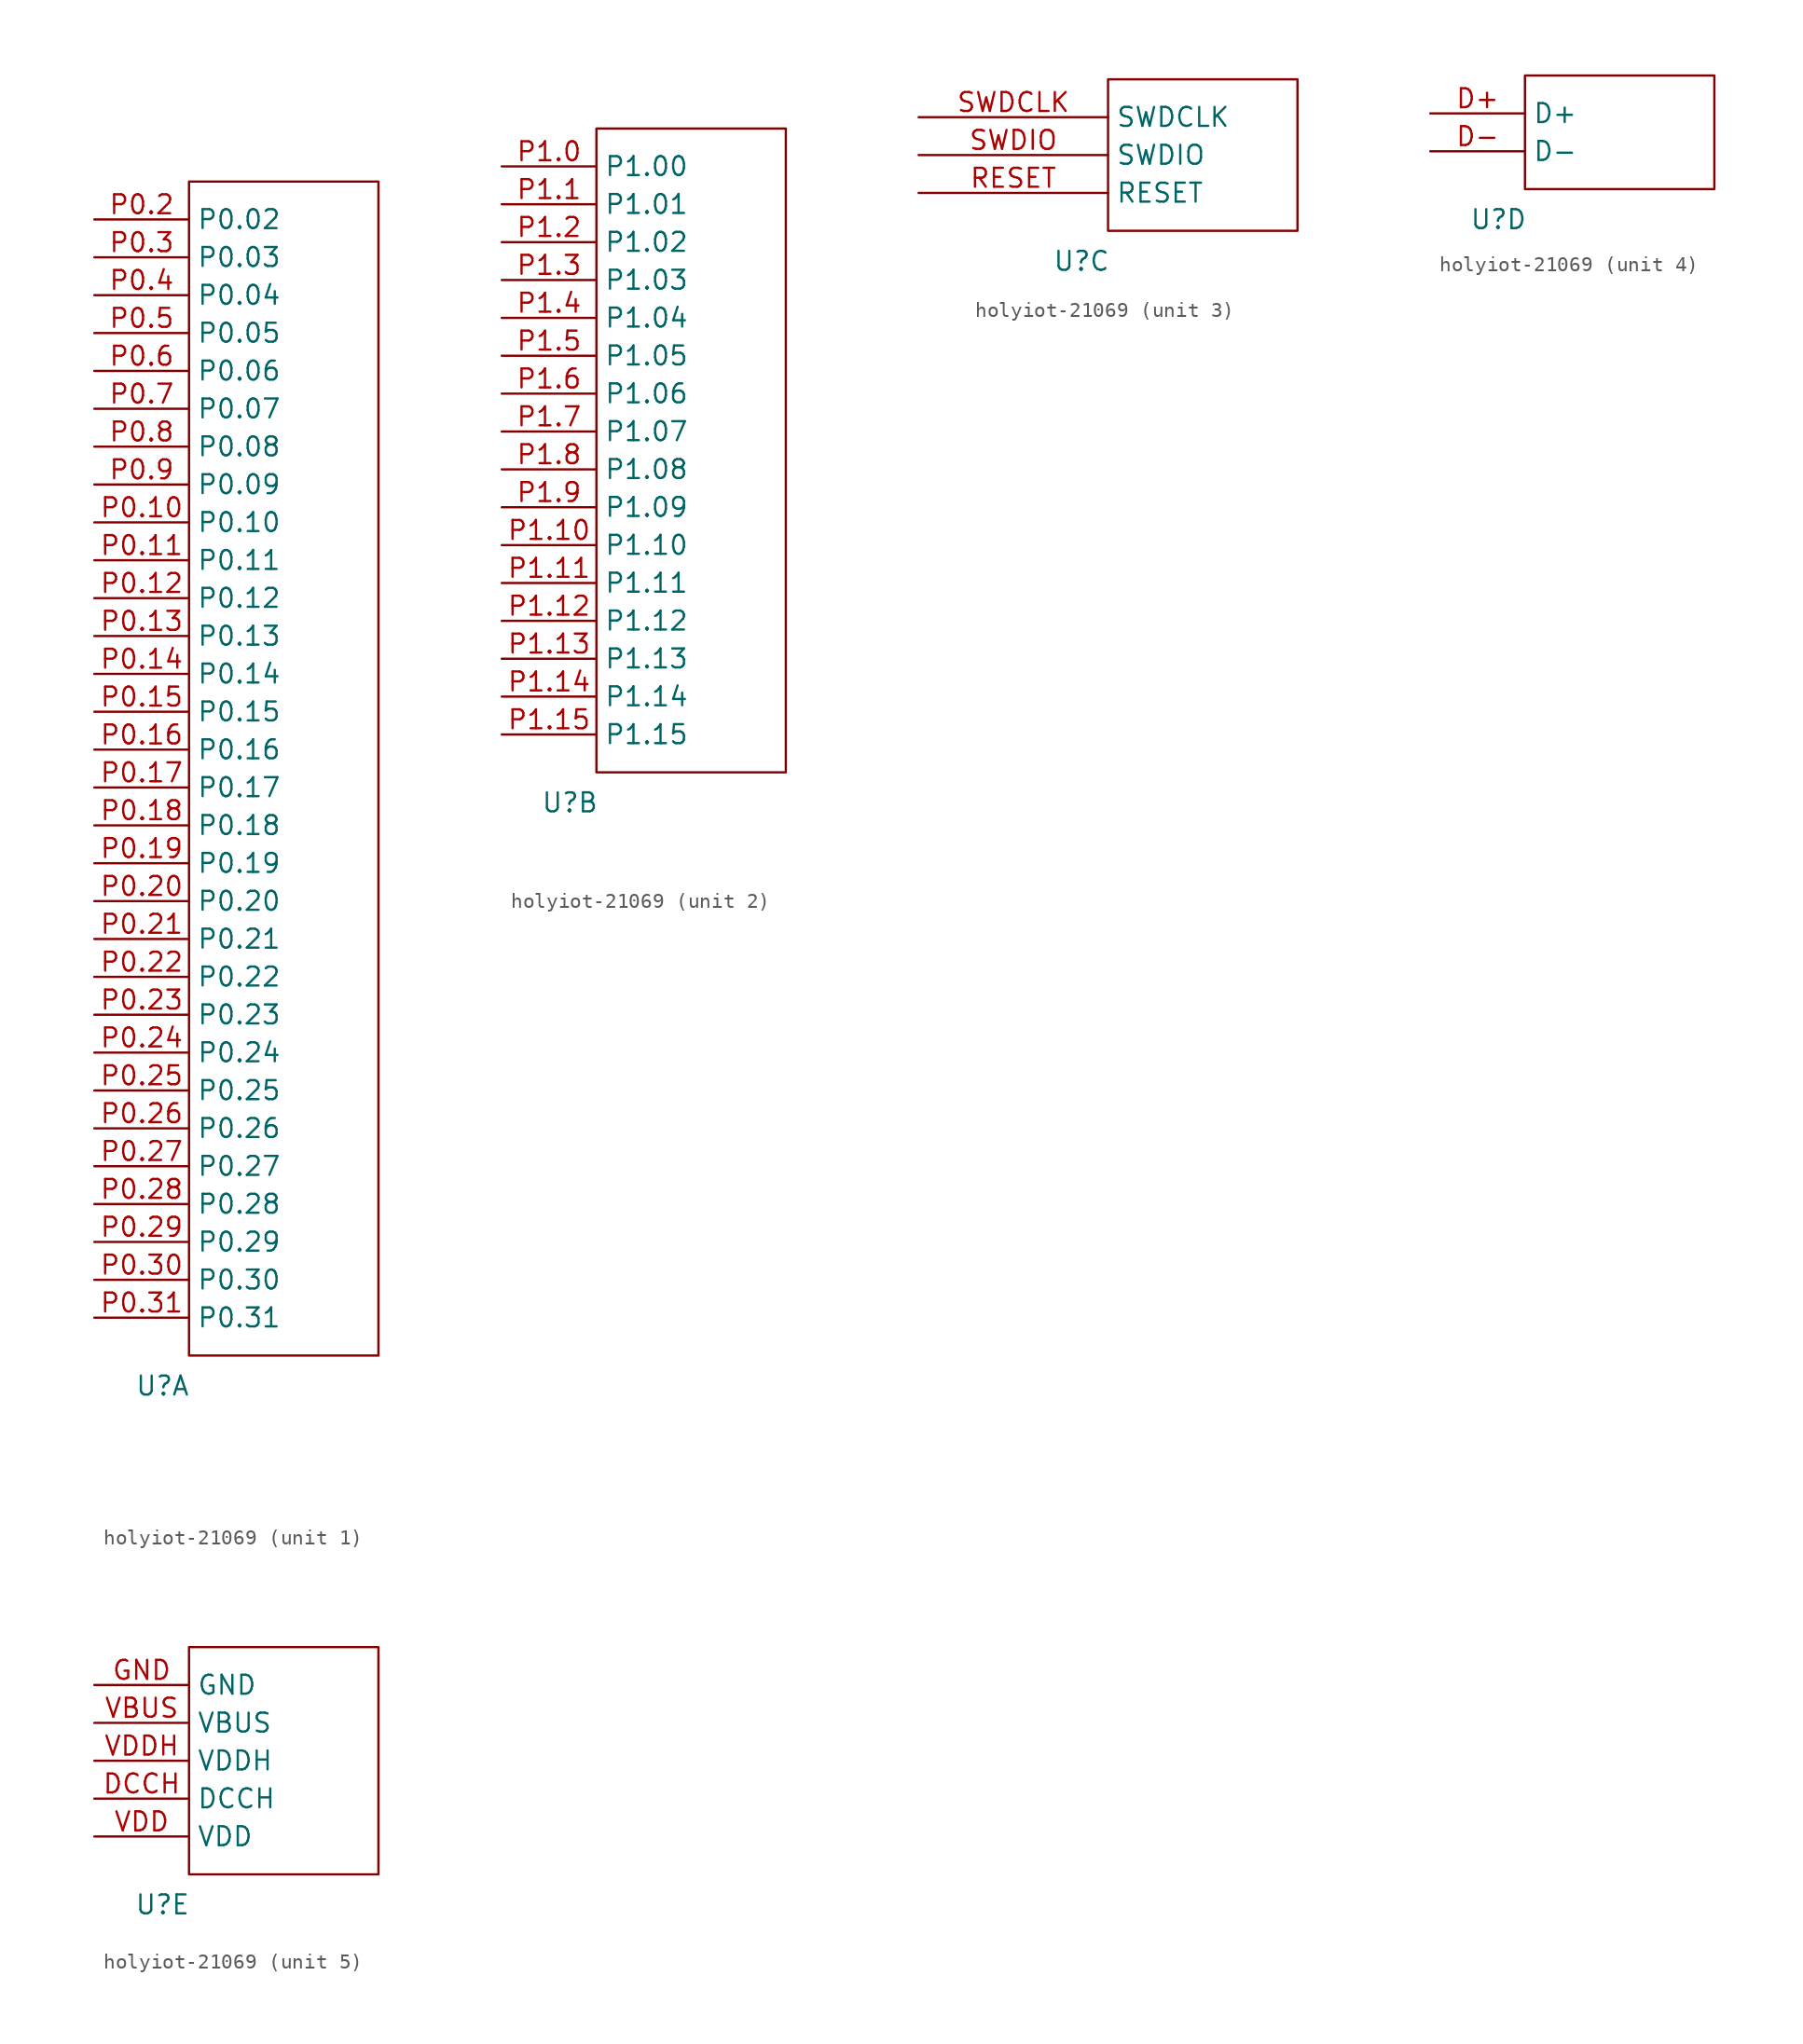
<source format=kicad_sym>
(kicad_symbol_lib
  (version 20241209)
  (generator "kicad_symbol_editor")
  (generator_version "9.0")
  (symbol "holyiot-21069"
    (property "Reference" "U"
      (at -1.778 -2.032 0)
      (effects (font (size 1.27 1.27))))
    (property "Value" ""
      (at 0 0 0)
      (effects (font (size 1.27 1.27))))
    (property "ki_locked" ""
      (at 0 0 0)
      (effects (font (size 1.27 1.27))))
    (symbol "holyiot-21069_1_1"
      (rectangle (start 0 78.74) (end 12.7 0) (stroke (width 0) (type default)) (fill (type none)))
      (pin bidirectional line (at -6.35 76.2 0) (length 6.35) (name "P0.02" (effects (font (size 1.27 1.27)))) (number "P0.2" (effects (font (size 1.27 1.27)))))
      (pin bidirectional line (at -6.35 73.66 0) (length 6.35) (name "P0.03" (effects (font (size 1.27 1.27)))) (number "P0.3" (effects (font (size 1.27 1.27)))))
      (pin bidirectional line (at -6.35 71.12 0) (length 6.35) (name "P0.04" (effects (font (size 1.27 1.27)))) (number "P0.4" (effects (font (size 1.27 1.27)))))
      (pin bidirectional line (at -6.35 68.58 0) (length 6.35) (name "P0.05" (effects (font (size 1.27 1.27)))) (number "P0.5" (effects (font (size 1.27 1.27)))))
      (pin bidirectional line (at -6.35 66.04 0) (length 6.35) (name "P0.06" (effects (font (size 1.27 1.27)))) (number "P0.6" (effects (font (size 1.27 1.27)))))
      (pin bidirectional line (at -6.35 63.5 0) (length 6.35) (name "P0.07" (effects (font (size 1.27 1.27)))) (number "P0.7" (effects (font (size 1.27 1.27)))))
      (pin bidirectional line (at -6.35 60.96 0) (length 6.35) (name "P0.08" (effects (font (size 1.27 1.27)))) (number "P0.8" (effects (font (size 1.27 1.27)))))
      (pin bidirectional line (at -6.35 58.42 0) (length 6.35) (name "P0.09" (effects (font (size 1.27 1.27)))) (number "P0.9" (effects (font (size 1.27 1.27)))))
      (pin bidirectional line (at -6.35 55.88 0) (length 6.35) (name "P0.10" (effects (font (size 1.27 1.27)))) (number "P0.10" (effects (font (size 1.27 1.27)))))
      (pin bidirectional line (at -6.35 53.34 0) (length 6.35) (name "P0.11" (effects (font (size 1.27 1.27)))) (number "P0.11" (effects (font (size 1.27 1.27)))))
      (pin bidirectional line (at -6.35 50.8 0) (length 6.35) (name "P0.12" (effects (font (size 1.27 1.27)))) (number "P0.12" (effects (font (size 1.27 1.27)))))
      (pin bidirectional line (at -6.35 48.26 0) (length 6.35) (name "P0.13" (effects (font (size 1.27 1.27)))) (number "P0.13" (effects (font (size 1.27 1.27)))))
      (pin bidirectional line (at -6.35 45.72 0) (length 6.35) (name "P0.14" (effects (font (size 1.27 1.27)))) (number "P0.14" (effects (font (size 1.27 1.27)))))
      (pin bidirectional line (at -6.35 43.18 0) (length 6.35) (name "P0.15" (effects (font (size 1.27 1.27)))) (number "P0.15" (effects (font (size 1.27 1.27)))))
      (pin bidirectional line (at -6.35 40.64 0) (length 6.35) (name "P0.16" (effects (font (size 1.27 1.27)))) (number "P0.16" (effects (font (size 1.27 1.27)))))
      (pin bidirectional line (at -6.35 38.1 0) (length 6.35) (name "P0.17" (effects (font (size 1.27 1.27)))) (number "P0.17" (effects (font (size 1.27 1.27)))))
      (pin bidirectional line (at -6.35 35.56 0) (length 6.35) (name "P0.18" (effects (font (size 1.27 1.27)))) (number "P0.18" (effects (font (size 1.27 1.27)))))
      (pin bidirectional line (at -6.35 33.02 0) (length 6.35) (name "P0.19" (effects (font (size 1.27 1.27)))) (number "P0.19" (effects (font (size 1.27 1.27)))))
      (pin bidirectional line (at -6.35 30.48 0) (length 6.35) (name "P0.20" (effects (font (size 1.27 1.27)))) (number "P0.20" (effects (font (size 1.27 1.27)))))
      (pin bidirectional line (at -6.35 27.94 0) (length 6.35) (name "P0.21" (effects (font (size 1.27 1.27)))) (number "P0.21" (effects (font (size 1.27 1.27)))))
      (pin bidirectional line (at -6.35 25.4 0) (length 6.35) (name "P0.22" (effects (font (size 1.27 1.27)))) (number "P0.22" (effects (font (size 1.27 1.27)))))
      (pin bidirectional line (at -6.35 22.86 0) (length 6.35) (name "P0.23" (effects (font (size 1.27 1.27)))) (number "P0.23" (effects (font (size 1.27 1.27)))))
      (pin bidirectional line (at -6.35 20.32 0) (length 6.35) (name "P0.24" (effects (font (size 1.27 1.27)))) (number "P0.24" (effects (font (size 1.27 1.27)))))
      (pin bidirectional line (at -6.35 17.78 0) (length 6.35) (name "P0.25" (effects (font (size 1.27 1.27)))) (number "P0.25" (effects (font (size 1.27 1.27)))))
      (pin bidirectional line (at -6.35 15.24 0) (length 6.35) (name "P0.26" (effects (font (size 1.27 1.27)))) (number "P0.26" (effects (font (size 1.27 1.27)))))
      (pin bidirectional line (at -6.35 12.7 0) (length 6.35) (name "P0.27" (effects (font (size 1.27 1.27)))) (number "P0.27" (effects (font (size 1.27 1.27)))))
      (pin bidirectional line (at -6.35 10.16 0) (length 6.35) (name "P0.28" (effects (font (size 1.27 1.27)))) (number "P0.28" (effects (font (size 1.27 1.27)))))
      (pin bidirectional line (at -6.35 7.62 0) (length 6.35) (name "P0.29" (effects (font (size 1.27 1.27)))) (number "P0.29" (effects (font (size 1.27 1.27)))))
      (pin bidirectional line (at -6.35 5.08 0) (length 6.35) (name "P0.30" (effects (font (size 1.27 1.27)))) (number "P0.30" (effects (font (size 1.27 1.27)))))
      (pin bidirectional line (at -6.35 2.54 0) (length 6.35) (name "P0.31" (effects (font (size 1.27 1.27)))) (number "P0.31" (effects (font (size 1.27 1.27))))))
    (symbol "holyiot-21069_2_1"
      (rectangle (start 0 43.18) (end 12.7 0) (stroke (width 0) (type default)) (fill (type none)))
      (pin bidirectional line (at -6.35 40.64 0) (length 6.35) (name "P1.00" (effects (font (size 1.27 1.27)))) (number "P1.0" (effects (font (size 1.27 1.27)))))
      (pin bidirectional line (at -6.35 38.1 0) (length 6.35) (name "P1.01" (effects (font (size 1.27 1.27)))) (number "P1.1" (effects (font (size 1.27 1.27)))))
      (pin bidirectional line (at -6.35 35.56 0) (length 6.35) (name "P1.02" (effects (font (size 1.27 1.27)))) (number "P1.2" (effects (font (size 1.27 1.27)))))
      (pin bidirectional line (at -6.35 33.02 0) (length 6.35) (name "P1.03" (effects (font (size 1.27 1.27)))) (number "P1.3" (effects (font (size 1.27 1.27)))))
      (pin bidirectional line (at -6.35 30.48 0) (length 6.35) (name "P1.04" (effects (font (size 1.27 1.27)))) (number "P1.4" (effects (font (size 1.27 1.27)))))
      (pin bidirectional line (at -6.35 27.94 0) (length 6.35) (name "P1.05" (effects (font (size 1.27 1.27)))) (number "P1.5" (effects (font (size 1.27 1.27)))))
      (pin bidirectional line (at -6.35 25.4 0) (length 6.35) (name "P1.06" (effects (font (size 1.27 1.27)))) (number "P1.6" (effects (font (size 1.27 1.27)))))
      (pin bidirectional line (at -6.35 22.86 0) (length 6.35) (name "P1.07" (effects (font (size 1.27 1.27)))) (number "P1.7" (effects (font (size 1.27 1.27)))))
      (pin bidirectional line (at -6.35 20.32 0) (length 6.35) (name "P1.08" (effects (font (size 1.27 1.27)))) (number "P1.8" (effects (font (size 1.27 1.27)))))
      (pin bidirectional line (at -6.35 17.78 0) (length 6.35) (name "P1.09" (effects (font (size 1.27 1.27)))) (number "P1.9" (effects (font (size 1.27 1.27)))))
      (pin bidirectional line (at -6.35 15.24 0) (length 6.35) (name "P1.10" (effects (font (size 1.27 1.27)))) (number "P1.10" (effects (font (size 1.27 1.27)))))
      (pin bidirectional line (at -6.35 12.7 0) (length 6.35) (name "P1.11" (effects (font (size 1.27 1.27)))) (number "P1.11" (effects (font (size 1.27 1.27)))))
      (pin bidirectional line (at -6.35 10.16 0) (length 6.35) (name "P1.12" (effects (font (size 1.27 1.27)))) (number "P1.12" (effects (font (size 1.27 1.27)))))
      (pin bidirectional line (at -6.35 7.62 0) (length 6.35) (name "P1.13" (effects (font (size 1.27 1.27)))) (number "P1.13" (effects (font (size 1.27 1.27)))))
      (pin bidirectional line (at -6.35 5.08 0) (length 6.35) (name "P1.14" (effects (font (size 1.27 1.27)))) (number "P1.14" (effects (font (size 1.27 1.27)))))
      (pin bidirectional line (at -6.35 2.54 0) (length 6.35) (name "P1.15" (effects (font (size 1.27 1.27)))) (number "P1.15" (effects (font (size 1.27 1.27))))))
    (symbol "holyiot-21069_3_1"
      (rectangle (start 0 10.16) (end 12.7 0) (stroke (width 0) (type default)) (fill (type none)))
      (pin input line (at -12.7 7.62 0) (length 12.7) (name "SWDCLK" (effects (font (size 1.27 1.27)))) (number "SWDCLK" (effects (font (size 1.27 1.27)))))
      (pin bidirectional line (at -12.7 5.08 0) (length 12.7) (name "SWDIO" (effects (font (size 1.27 1.27)))) (number "SWDIO" (effects (font (size 1.27 1.27)))))
      (pin input line (at -12.7 2.54 0) (length 12.7) (name "RESET" (effects (font (size 1.27 1.27)))) (number "RESET" (effects (font (size 1.27 1.27))))))
    (symbol "holyiot-21069_4_1"
      (rectangle (start 0 0) (end 12.7 7.62) (stroke (width 0) (type default)) (fill (type none)))
      (pin bidirectional line (at -6.35 5.08 0) (length 6.35) (name "D+" (effects (font (size 1.27 1.27)))) (number "D+" (effects (font (size 1.27 1.27)))))
      (pin bidirectional line (at -6.35 2.54 0) (length 6.35) (name "D-" (effects (font (size 1.27 1.27)))) (number "D-" (effects (font (size 1.27 1.27))))))
    (symbol "holyiot-21069_5_1"
      (rectangle (start 0 0) (end 12.7 15.24) (stroke (width 0) (type default)) (fill (type none)))
      (pin power_in line (at -6.35 12.7 0) (length 6.35) (name "GND" (effects (font (size 1.27 1.27)))) (number "GND" (effects (font (size 1.27 1.27)))))
      (pin power_in line (at -6.35 10.16 0) (length 6.35) (name "VBUS" (effects (font (size 1.27 1.27)))) (number "VBUS" (effects (font (size 1.27 1.27)))))
      (pin power_in line (at -6.35 7.62 0) (length 6.35) (name "VDDH" (effects (font (size 1.27 1.27)))) (number "VDDH" (effects (font (size 1.27 1.27)))))
      (pin power_in line (at -6.35 5.08 0) (length 6.35) (name "DCCH" (effects (font (size 1.27 1.27)))) (number "DCCH" (effects (font (size 1.27 1.27)))))
      (pin power_in line (at -6.35 2.54 0) (length 6.35) (name "VDD" (effects (font (size 1.27 1.27)))) (number "VDD" (effects (font (size 1.27 1.27))))))))
</source>
